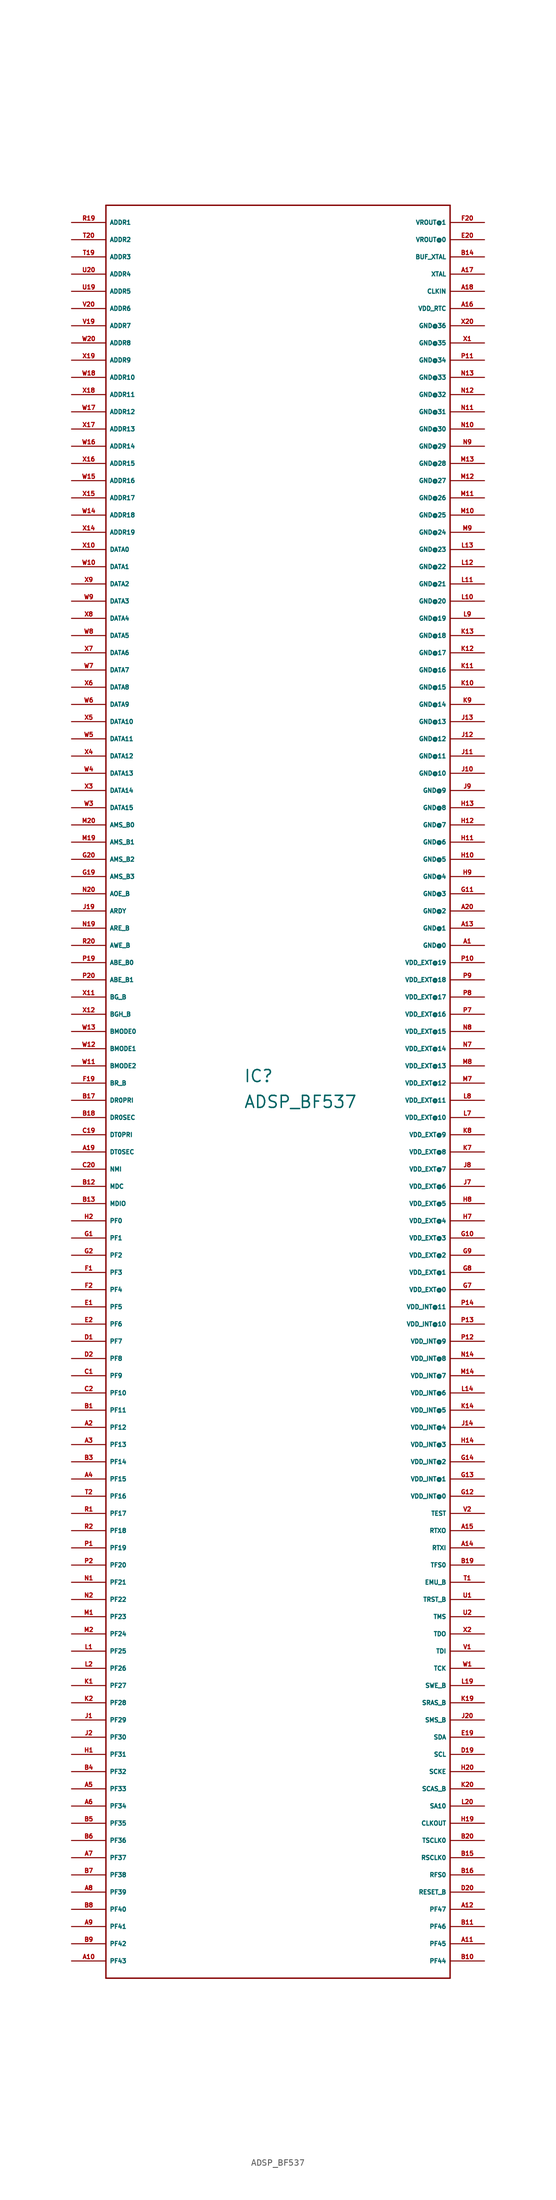
<source format=kicad_sym>
(kicad_symbol_lib
  (version 20220914)
  (generator Eagle2Kicad)
  (symbol "ADSP_BF537"
    (property "Reference" "IC"
      (at 25.4 132.08 0)
      (effects (font (size 1.778 1.778) (thickness 0.22)) (justify left bottom)))
    (property "Value" "ADSP_BF537"
      (at 25.4 128.27 0)
      (effects (font (size 1.778 1.778) (thickness 0.22)) (justify left bottom)))
    (polyline
      (pts (xy 5.08 0) (xy 55.88 0))
      (stroke (width 0.203) (type default))
      (fill (type none)))
    (polyline
      (pts (xy 55.88 0) (xy 55.88 261.62))
      (stroke (width 0.203) (type default))
      (fill (type none)))
    (polyline
      (pts (xy 55.88 261.62) (xy 5.08 261.62))
      (stroke (width 0.203) (type default))
      (fill (type none)))
    (polyline
      (pts (xy 5.08 261.62) (xy 5.08 0))
      (stroke (width 0.203) (type default))
      (fill (type none)))
    (pin output line
      (at 0 259.08 0)
      (length 5.08)
      (name "ADDR1" (effects (font (size 0.635 0.635) (thickness 0.08)) (justify left bottom)))
      (number "R19" (effects (font (size 0.635 0.635) (thickness 0.08)) (justify left bottom))))
    (pin output line
      (at 0 256.54 0)
      (length 5.08)
      (name "ADDR2" (effects (font (size 0.635 0.635) (thickness 0.08)) (justify left bottom)))
      (number "T20" (effects (font (size 0.635 0.635) (thickness 0.08)) (justify left bottom))))
    (pin output line
      (at 0 254 0)
      (length 5.08)
      (name "ADDR3" (effects (font (size 0.635 0.635) (thickness 0.08)) (justify left bottom)))
      (number "T19" (effects (font (size 0.635 0.635) (thickness 0.08)) (justify left bottom))))
    (pin output line
      (at 0 251.46 0)
      (length 5.08)
      (name "ADDR4" (effects (font (size 0.635 0.635) (thickness 0.08)) (justify left bottom)))
      (number "U20" (effects (font (size 0.635 0.635) (thickness 0.08)) (justify left bottom))))
    (pin output line
      (at 0 248.92 0)
      (length 5.08)
      (name "ADDR5" (effects (font (size 0.635 0.635) (thickness 0.08)) (justify left bottom)))
      (number "U19" (effects (font (size 0.635 0.635) (thickness 0.08)) (justify left bottom))))
    (pin output line
      (at 0 246.38 0)
      (length 5.08)
      (name "ADDR6" (effects (font (size 0.635 0.635) (thickness 0.08)) (justify left bottom)))
      (number "V20" (effects (font (size 0.635 0.635) (thickness 0.08)) (justify left bottom))))
    (pin output line
      (at 0 243.84 0)
      (length 5.08)
      (name "ADDR7" (effects (font (size 0.635 0.635) (thickness 0.08)) (justify left bottom)))
      (number "V19" (effects (font (size 0.635 0.635) (thickness 0.08)) (justify left bottom))))
    (pin output line
      (at 0 241.3 0)
      (length 5.08)
      (name "ADDR8" (effects (font (size 0.635 0.635) (thickness 0.08)) (justify left bottom)))
      (number "W20" (effects (font (size 0.635 0.635) (thickness 0.08)) (justify left bottom))))
    (pin output line
      (at 0 238.76 0)
      (length 5.08)
      (name "ADDR9" (effects (font (size 0.635 0.635) (thickness 0.08)) (justify left bottom)))
      (number "X19" (effects (font (size 0.635 0.635) (thickness 0.08)) (justify left bottom))))
    (pin output line
      (at 0 236.22 0)
      (length 5.08)
      (name "ADDR10" (effects (font (size 0.635 0.635) (thickness 0.08)) (justify left bottom)))
      (number "W18" (effects (font (size 0.635 0.635) (thickness 0.08)) (justify left bottom))))
    (pin output line
      (at 0 233.68 0)
      (length 5.08)
      (name "ADDR11" (effects (font (size 0.635 0.635) (thickness 0.08)) (justify left bottom)))
      (number "X18" (effects (font (size 0.635 0.635) (thickness 0.08)) (justify left bottom))))
    (pin output line
      (at 0 231.14 0)
      (length 5.08)
      (name "ADDR12" (effects (font (size 0.635 0.635) (thickness 0.08)) (justify left bottom)))
      (number "W17" (effects (font (size 0.635 0.635) (thickness 0.08)) (justify left bottom))))
    (pin output line
      (at 0 228.6 0)
      (length 5.08)
      (name "ADDR13" (effects (font (size 0.635 0.635) (thickness 0.08)) (justify left bottom)))
      (number "X17" (effects (font (size 0.635 0.635) (thickness 0.08)) (justify left bottom))))
    (pin output line
      (at 0 226.06 0)
      (length 5.08)
      (name "ADDR14" (effects (font (size 0.635 0.635) (thickness 0.08)) (justify left bottom)))
      (number "W16" (effects (font (size 0.635 0.635) (thickness 0.08)) (justify left bottom))))
    (pin output line
      (at 0 223.52 0)
      (length 5.08)
      (name "ADDR15" (effects (font (size 0.635 0.635) (thickness 0.08)) (justify left bottom)))
      (number "X16" (effects (font (size 0.635 0.635) (thickness 0.08)) (justify left bottom))))
    (pin output line
      (at 0 220.98 0)
      (length 5.08)
      (name "ADDR16" (effects (font (size 0.635 0.635) (thickness 0.08)) (justify left bottom)))
      (number "W15" (effects (font (size 0.635 0.635) (thickness 0.08)) (justify left bottom))))
    (pin output line
      (at 0 218.44 0)
      (length 5.08)
      (name "ADDR17" (effects (font (size 0.635 0.635) (thickness 0.08)) (justify left bottom)))
      (number "X15" (effects (font (size 0.635 0.635) (thickness 0.08)) (justify left bottom))))
    (pin output line
      (at 0 215.9 0)
      (length 5.08)
      (name "ADDR18" (effects (font (size 0.635 0.635) (thickness 0.08)) (justify left bottom)))
      (number "W14" (effects (font (size 0.635 0.635) (thickness 0.08)) (justify left bottom))))
    (pin output line
      (at 0 213.36 0)
      (length 5.08)
      (name "ADDR19" (effects (font (size 0.635 0.635) (thickness 0.08)) (justify left bottom)))
      (number "X14" (effects (font (size 0.635 0.635) (thickness 0.08)) (justify left bottom))))
    (pin bidirectional line
      (at 0 210.82 0)
      (length 5.08)
      (name "DATA0" (effects (font (size 0.635 0.635) (thickness 0.08)) (justify left bottom)))
      (number "X10" (effects (font (size 0.635 0.635) (thickness 0.08)) (justify left bottom))))
    (pin bidirectional line
      (at 0 208.28 0)
      (length 5.08)
      (name "DATA1" (effects (font (size 0.635 0.635) (thickness 0.08)) (justify left bottom)))
      (number "W10" (effects (font (size 0.635 0.635) (thickness 0.08)) (justify left bottom))))
    (pin bidirectional line
      (at 0 205.74 0)
      (length 5.08)
      (name "DATA2" (effects (font (size 0.635 0.635) (thickness 0.08)) (justify left bottom)))
      (number "X9" (effects (font (size 0.635 0.635) (thickness 0.08)) (justify left bottom))))
    (pin bidirectional line
      (at 0 203.2 0)
      (length 5.08)
      (name "DATA3" (effects (font (size 0.635 0.635) (thickness 0.08)) (justify left bottom)))
      (number "W9" (effects (font (size 0.635 0.635) (thickness 0.08)) (justify left bottom))))
    (pin bidirectional line
      (at 0 200.66 0)
      (length 5.08)
      (name "DATA4" (effects (font (size 0.635 0.635) (thickness 0.08)) (justify left bottom)))
      (number "X8" (effects (font (size 0.635 0.635) (thickness 0.08)) (justify left bottom))))
    (pin bidirectional line
      (at 0 198.12 0)
      (length 5.08)
      (name "DATA5" (effects (font (size 0.635 0.635) (thickness 0.08)) (justify left bottom)))
      (number "W8" (effects (font (size 0.635 0.635) (thickness 0.08)) (justify left bottom))))
    (pin bidirectional line
      (at 0 195.58 0)
      (length 5.08)
      (name "DATA6" (effects (font (size 0.635 0.635) (thickness 0.08)) (justify left bottom)))
      (number "X7" (effects (font (size 0.635 0.635) (thickness 0.08)) (justify left bottom))))
    (pin bidirectional line
      (at 0 193.04 0)
      (length 5.08)
      (name "DATA7" (effects (font (size 0.635 0.635) (thickness 0.08)) (justify left bottom)))
      (number "W7" (effects (font (size 0.635 0.635) (thickness 0.08)) (justify left bottom))))
    (pin bidirectional line
      (at 0 190.5 0)
      (length 5.08)
      (name "DATA8" (effects (font (size 0.635 0.635) (thickness 0.08)) (justify left bottom)))
      (number "X6" (effects (font (size 0.635 0.635) (thickness 0.08)) (justify left bottom))))
    (pin bidirectional line
      (at 0 187.96 0)
      (length 5.08)
      (name "DATA9" (effects (font (size 0.635 0.635) (thickness 0.08)) (justify left bottom)))
      (number "W6" (effects (font (size 0.635 0.635) (thickness 0.08)) (justify left bottom))))
    (pin bidirectional line
      (at 0 185.42 0)
      (length 5.08)
      (name "DATA10" (effects (font (size 0.635 0.635) (thickness 0.08)) (justify left bottom)))
      (number "X5" (effects (font (size 0.635 0.635) (thickness 0.08)) (justify left bottom))))
    (pin bidirectional line
      (at 0 182.88 0)
      (length 5.08)
      (name "DATA11" (effects (font (size 0.635 0.635) (thickness 0.08)) (justify left bottom)))
      (number "W5" (effects (font (size 0.635 0.635) (thickness 0.08)) (justify left bottom))))
    (pin bidirectional line
      (at 0 180.34 0)
      (length 5.08)
      (name "DATA12" (effects (font (size 0.635 0.635) (thickness 0.08)) (justify left bottom)))
      (number "X4" (effects (font (size 0.635 0.635) (thickness 0.08)) (justify left bottom))))
    (pin bidirectional line
      (at 0 177.8 0)
      (length 5.08)
      (name "DATA13" (effects (font (size 0.635 0.635) (thickness 0.08)) (justify left bottom)))
      (number "W4" (effects (font (size 0.635 0.635) (thickness 0.08)) (justify left bottom))))
    (pin bidirectional line
      (at 0 175.26 0)
      (length 5.08)
      (name "DATA14" (effects (font (size 0.635 0.635) (thickness 0.08)) (justify left bottom)))
      (number "X3" (effects (font (size 0.635 0.635) (thickness 0.08)) (justify left bottom))))
    (pin bidirectional line
      (at 0 172.72 0)
      (length 5.08)
      (name "DATA15" (effects (font (size 0.635 0.635) (thickness 0.08)) (justify left bottom)))
      (number "W3" (effects (font (size 0.635 0.635) (thickness 0.08)) (justify left bottom))))
    (pin output line
      (at 0 170.18 0)
      (length 5.08)
      (name "AMS_B0" (effects (font (size 0.635 0.635) (thickness 0.08)) (justify left bottom)))
      (number "M20" (effects (font (size 0.635 0.635) (thickness 0.08)) (justify left bottom))))
    (pin output line
      (at 0 167.64 0)
      (length 5.08)
      (name "AMS_B1" (effects (font (size 0.635 0.635) (thickness 0.08)) (justify left bottom)))
      (number "M19" (effects (font (size 0.635 0.635) (thickness 0.08)) (justify left bottom))))
    (pin output line
      (at 0 165.1 0)
      (length 5.08)
      (name "AMS_B2" (effects (font (size 0.635 0.635) (thickness 0.08)) (justify left bottom)))
      (number "G20" (effects (font (size 0.635 0.635) (thickness 0.08)) (justify left bottom))))
    (pin output line
      (at 0 162.56 0)
      (length 5.08)
      (name "AMS_B3" (effects (font (size 0.635 0.635) (thickness 0.08)) (justify left bottom)))
      (number "G19" (effects (font (size 0.635 0.635) (thickness 0.08)) (justify left bottom))))
    (pin output line
      (at 0 160.02 0)
      (length 5.08)
      (name "AOE_B" (effects (font (size 0.635 0.635) (thickness 0.08)) (justify left bottom)))
      (number "N20" (effects (font (size 0.635 0.635) (thickness 0.08)) (justify left bottom))))
    (pin input line
      (at 0 157.48 0)
      (length 5.08)
      (name "ARDY" (effects (font (size 0.635 0.635) (thickness 0.08)) (justify left bottom)))
      (number "J19" (effects (font (size 0.635 0.635) (thickness 0.08)) (justify left bottom))))
    (pin output line
      (at 0 154.94 0)
      (length 5.08)
      (name "ARE_B" (effects (font (size 0.635 0.635) (thickness 0.08)) (justify left bottom)))
      (number "N19" (effects (font (size 0.635 0.635) (thickness 0.08)) (justify left bottom))))
    (pin output line
      (at 0 152.4 0)
      (length 5.08)
      (name "AWE_B" (effects (font (size 0.635 0.635) (thickness 0.08)) (justify left bottom)))
      (number "R20" (effects (font (size 0.635 0.635) (thickness 0.08)) (justify left bottom))))
    (pin output line
      (at 0 149.86 0)
      (length 5.08)
      (name "ABE_B0" (effects (font (size 0.635 0.635) (thickness 0.08)) (justify left bottom)))
      (number "P19" (effects (font (size 0.635 0.635) (thickness 0.08)) (justify left bottom))))
    (pin output line
      (at 0 147.32 0)
      (length 5.08)
      (name "ABE_B1" (effects (font (size 0.635 0.635) (thickness 0.08)) (justify left bottom)))
      (number "P20" (effects (font (size 0.635 0.635) (thickness 0.08)) (justify left bottom))))
    (pin tri_state line
      (at 0 144.78 0)
      (length 5.08)
      (name "BG_B" (effects (font (size 0.635 0.635) (thickness 0.08)) (justify left bottom)))
      (number "X11" (effects (font (size 0.635 0.635) (thickness 0.08)) (justify left bottom))))
    (pin tri_state line
      (at 0 142.24 0)
      (length 5.08)
      (name "BGH_B" (effects (font (size 0.635 0.635) (thickness 0.08)) (justify left bottom)))
      (number "X12" (effects (font (size 0.635 0.635) (thickness 0.08)) (justify left bottom))))
    (pin input line
      (at 0 139.7 0)
      (length 5.08)
      (name "BMODE0" (effects (font (size 0.635 0.635) (thickness 0.08)) (justify left bottom)))
      (number "W13" (effects (font (size 0.635 0.635) (thickness 0.08)) (justify left bottom))))
    (pin input line
      (at 0 137.16 0)
      (length 5.08)
      (name "BMODE1" (effects (font (size 0.635 0.635) (thickness 0.08)) (justify left bottom)))
      (number "W12" (effects (font (size 0.635 0.635) (thickness 0.08)) (justify left bottom))))
    (pin input line
      (at 0 134.62 0)
      (length 5.08)
      (name "BMODE2" (effects (font (size 0.635 0.635) (thickness 0.08)) (justify left bottom)))
      (number "W11" (effects (font (size 0.635 0.635) (thickness 0.08)) (justify left bottom))))
    (pin input line
      (at 0 132.08 0)
      (length 5.08)
      (name "BR_B" (effects (font (size 0.635 0.635) (thickness 0.08)) (justify left bottom)))
      (number "F19" (effects (font (size 0.635 0.635) (thickness 0.08)) (justify left bottom))))
    (pin bidirectional line
      (at 0 129.54 0)
      (length 5.08)
      (name "DR0PRI" (effects (font (size 0.635 0.635) (thickness 0.08)) (justify left bottom)))
      (number "B17" (effects (font (size 0.635 0.635) (thickness 0.08)) (justify left bottom))))
    (pin bidirectional line
      (at 0 127 0)
      (length 5.08)
      (name "DR0SEC" (effects (font (size 0.635 0.635) (thickness 0.08)) (justify left bottom)))
      (number "B18" (effects (font (size 0.635 0.635) (thickness 0.08)) (justify left bottom))))
    (pin bidirectional line
      (at 0 124.46 0)
      (length 5.08)
      (name "DT0PRI" (effects (font (size 0.635 0.635) (thickness 0.08)) (justify left bottom)))
      (number "C19" (effects (font (size 0.635 0.635) (thickness 0.08)) (justify left bottom))))
    (pin bidirectional line
      (at 0 121.92 0)
      (length 5.08)
      (name "DT0SEC" (effects (font (size 0.635 0.635) (thickness 0.08)) (justify left bottom)))
      (number "A19" (effects (font (size 0.635 0.635) (thickness 0.08)) (justify left bottom))))
    (pin input line
      (at 0 119.38 0)
      (length 5.08)
      (name "NMI" (effects (font (size 0.635 0.635) (thickness 0.08)) (justify left bottom)))
      (number "C20" (effects (font (size 0.635 0.635) (thickness 0.08)) (justify left bottom))))
    (pin bidirectional line
      (at 0 116.84 0)
      (length 5.08)
      (name "MDC" (effects (font (size 0.635 0.635) (thickness 0.08)) (justify left bottom)))
      (number "B12" (effects (font (size 0.635 0.635) (thickness 0.08)) (justify left bottom))))
    (pin bidirectional line
      (at 0 114.3 0)
      (length 5.08)
      (name "MDIO" (effects (font (size 0.635 0.635) (thickness 0.08)) (justify left bottom)))
      (number "B13" (effects (font (size 0.635 0.635) (thickness 0.08)) (justify left bottom))))
    (pin bidirectional line
      (at 0 111.76 0)
      (length 5.08)
      (name "PF0" (effects (font (size 0.635 0.635) (thickness 0.08)) (justify left bottom)))
      (number "H2" (effects (font (size 0.635 0.635) (thickness 0.08)) (justify left bottom))))
    (pin bidirectional line
      (at 0 109.22 0)
      (length 5.08)
      (name "PF1" (effects (font (size 0.635 0.635) (thickness 0.08)) (justify left bottom)))
      (number "G1" (effects (font (size 0.635 0.635) (thickness 0.08)) (justify left bottom))))
    (pin bidirectional line
      (at 0 106.68 0)
      (length 5.08)
      (name "PF2" (effects (font (size 0.635 0.635) (thickness 0.08)) (justify left bottom)))
      (number "G2" (effects (font (size 0.635 0.635) (thickness 0.08)) (justify left bottom))))
    (pin bidirectional line
      (at 0 104.14 0)
      (length 5.08)
      (name "PF3" (effects (font (size 0.635 0.635) (thickness 0.08)) (justify left bottom)))
      (number "F1" (effects (font (size 0.635 0.635) (thickness 0.08)) (justify left bottom))))
    (pin bidirectional line
      (at 0 101.6 0)
      (length 5.08)
      (name "PF4" (effects (font (size 0.635 0.635) (thickness 0.08)) (justify left bottom)))
      (number "F2" (effects (font (size 0.635 0.635) (thickness 0.08)) (justify left bottom))))
    (pin bidirectional line
      (at 0 99.06 0)
      (length 5.08)
      (name "PF5" (effects (font (size 0.635 0.635) (thickness 0.08)) (justify left bottom)))
      (number "E1" (effects (font (size 0.635 0.635) (thickness 0.08)) (justify left bottom))))
    (pin bidirectional line
      (at 0 96.52 0)
      (length 5.08)
      (name "PF6" (effects (font (size 0.635 0.635) (thickness 0.08)) (justify left bottom)))
      (number "E2" (effects (font (size 0.635 0.635) (thickness 0.08)) (justify left bottom))))
    (pin bidirectional line
      (at 0 93.98 0)
      (length 5.08)
      (name "PF7" (effects (font (size 0.635 0.635) (thickness 0.08)) (justify left bottom)))
      (number "D1" (effects (font (size 0.635 0.635) (thickness 0.08)) (justify left bottom))))
    (pin bidirectional line
      (at 0 91.44 0)
      (length 5.08)
      (name "PF8" (effects (font (size 0.635 0.635) (thickness 0.08)) (justify left bottom)))
      (number "D2" (effects (font (size 0.635 0.635) (thickness 0.08)) (justify left bottom))))
    (pin bidirectional line
      (at 0 88.9 0)
      (length 5.08)
      (name "PF9" (effects (font (size 0.635 0.635) (thickness 0.08)) (justify left bottom)))
      (number "C1" (effects (font (size 0.635 0.635) (thickness 0.08)) (justify left bottom))))
    (pin bidirectional line
      (at 0 86.36 0)
      (length 5.08)
      (name "PF10" (effects (font (size 0.635 0.635) (thickness 0.08)) (justify left bottom)))
      (number "C2" (effects (font (size 0.635 0.635) (thickness 0.08)) (justify left bottom))))
    (pin bidirectional line
      (at 0 83.82 0)
      (length 5.08)
      (name "PF11" (effects (font (size 0.635 0.635) (thickness 0.08)) (justify left bottom)))
      (number "B1" (effects (font (size 0.635 0.635) (thickness 0.08)) (justify left bottom))))
    (pin bidirectional line
      (at 0 81.28 0)
      (length 5.08)
      (name "PF12" (effects (font (size 0.635 0.635) (thickness 0.08)) (justify left bottom)))
      (number "A2" (effects (font (size 0.635 0.635) (thickness 0.08)) (justify left bottom))))
    (pin bidirectional line
      (at 0 78.74 0)
      (length 5.08)
      (name "PF13" (effects (font (size 0.635 0.635) (thickness 0.08)) (justify left bottom)))
      (number "A3" (effects (font (size 0.635 0.635) (thickness 0.08)) (justify left bottom))))
    (pin bidirectional line
      (at 0 76.2 0)
      (length 5.08)
      (name "PF14" (effects (font (size 0.635 0.635) (thickness 0.08)) (justify left bottom)))
      (number "B3" (effects (font (size 0.635 0.635) (thickness 0.08)) (justify left bottom))))
    (pin bidirectional line
      (at 0 73.66 0)
      (length 5.08)
      (name "PF15" (effects (font (size 0.635 0.635) (thickness 0.08)) (justify left bottom)))
      (number "A4" (effects (font (size 0.635 0.635) (thickness 0.08)) (justify left bottom))))
    (pin bidirectional line
      (at 0 71.12 0)
      (length 5.08)
      (name "PF16" (effects (font (size 0.635 0.635) (thickness 0.08)) (justify left bottom)))
      (number "T2" (effects (font (size 0.635 0.635) (thickness 0.08)) (justify left bottom))))
    (pin bidirectional line
      (at 0 68.58 0)
      (length 5.08)
      (name "PF17" (effects (font (size 0.635 0.635) (thickness 0.08)) (justify left bottom)))
      (number "R1" (effects (font (size 0.635 0.635) (thickness 0.08)) (justify left bottom))))
    (pin bidirectional line
      (at 0 66.04 0)
      (length 5.08)
      (name "PF18" (effects (font (size 0.635 0.635) (thickness 0.08)) (justify left bottom)))
      (number "R2" (effects (font (size 0.635 0.635) (thickness 0.08)) (justify left bottom))))
    (pin bidirectional line
      (at 0 63.5 0)
      (length 5.08)
      (name "PF19" (effects (font (size 0.635 0.635) (thickness 0.08)) (justify left bottom)))
      (number "P1" (effects (font (size 0.635 0.635) (thickness 0.08)) (justify left bottom))))
    (pin bidirectional line
      (at 0 60.96 0)
      (length 5.08)
      (name "PF20" (effects (font (size 0.635 0.635) (thickness 0.08)) (justify left bottom)))
      (number "P2" (effects (font (size 0.635 0.635) (thickness 0.08)) (justify left bottom))))
    (pin bidirectional line
      (at 0 58.42 0)
      (length 5.08)
      (name "PF21" (effects (font (size 0.635 0.635) (thickness 0.08)) (justify left bottom)))
      (number "N1" (effects (font (size 0.635 0.635) (thickness 0.08)) (justify left bottom))))
    (pin bidirectional line
      (at 0 55.88 0)
      (length 5.08)
      (name "PF22" (effects (font (size 0.635 0.635) (thickness 0.08)) (justify left bottom)))
      (number "N2" (effects (font (size 0.635 0.635) (thickness 0.08)) (justify left bottom))))
    (pin bidirectional line
      (at 0 53.34 0)
      (length 5.08)
      (name "PF23" (effects (font (size 0.635 0.635) (thickness 0.08)) (justify left bottom)))
      (number "M1" (effects (font (size 0.635 0.635) (thickness 0.08)) (justify left bottom))))
    (pin bidirectional line
      (at 0 50.8 0)
      (length 5.08)
      (name "PF24" (effects (font (size 0.635 0.635) (thickness 0.08)) (justify left bottom)))
      (number "M2" (effects (font (size 0.635 0.635) (thickness 0.08)) (justify left bottom))))
    (pin bidirectional line
      (at 0 48.26 0)
      (length 5.08)
      (name "PF25" (effects (font (size 0.635 0.635) (thickness 0.08)) (justify left bottom)))
      (number "L1" (effects (font (size 0.635 0.635) (thickness 0.08)) (justify left bottom))))
    (pin bidirectional line
      (at 0 45.72 0)
      (length 5.08)
      (name "PF26" (effects (font (size 0.635 0.635) (thickness 0.08)) (justify left bottom)))
      (number "L2" (effects (font (size 0.635 0.635) (thickness 0.08)) (justify left bottom))))
    (pin bidirectional line
      (at 0 43.18 0)
      (length 5.08)
      (name "PF27" (effects (font (size 0.635 0.635) (thickness 0.08)) (justify left bottom)))
      (number "K1" (effects (font (size 0.635 0.635) (thickness 0.08)) (justify left bottom))))
    (pin bidirectional line
      (at 0 40.64 0)
      (length 5.08)
      (name "PF28" (effects (font (size 0.635 0.635) (thickness 0.08)) (justify left bottom)))
      (number "K2" (effects (font (size 0.635 0.635) (thickness 0.08)) (justify left bottom))))
    (pin bidirectional line
      (at 0 38.1 0)
      (length 5.08)
      (name "PF29" (effects (font (size 0.635 0.635) (thickness 0.08)) (justify left bottom)))
      (number "J1" (effects (font (size 0.635 0.635) (thickness 0.08)) (justify left bottom))))
    (pin bidirectional line
      (at 0 35.56 0)
      (length 5.08)
      (name "PF30" (effects (font (size 0.635 0.635) (thickness 0.08)) (justify left bottom)))
      (number "J2" (effects (font (size 0.635 0.635) (thickness 0.08)) (justify left bottom))))
    (pin bidirectional line
      (at 0 33.02 0)
      (length 5.08)
      (name "PF31" (effects (font (size 0.635 0.635) (thickness 0.08)) (justify left bottom)))
      (number "H1" (effects (font (size 0.635 0.635) (thickness 0.08)) (justify left bottom))))
    (pin bidirectional line
      (at 0 30.48 0)
      (length 5.08)
      (name "PF32" (effects (font (size 0.635 0.635) (thickness 0.08)) (justify left bottom)))
      (number "B4" (effects (font (size 0.635 0.635) (thickness 0.08)) (justify left bottom))))
    (pin bidirectional line
      (at 0 27.94 0)
      (length 5.08)
      (name "PF33" (effects (font (size 0.635 0.635) (thickness 0.08)) (justify left bottom)))
      (number "A5" (effects (font (size 0.635 0.635) (thickness 0.08)) (justify left bottom))))
    (pin bidirectional line
      (at 0 25.4 0)
      (length 5.08)
      (name "PF34" (effects (font (size 0.635 0.635) (thickness 0.08)) (justify left bottom)))
      (number "A6" (effects (font (size 0.635 0.635) (thickness 0.08)) (justify left bottom))))
    (pin bidirectional line
      (at 0 22.86 0)
      (length 5.08)
      (name "PF35" (effects (font (size 0.635 0.635) (thickness 0.08)) (justify left bottom)))
      (number "B5" (effects (font (size 0.635 0.635) (thickness 0.08)) (justify left bottom))))
    (pin bidirectional line
      (at 0 20.32 0)
      (length 5.08)
      (name "PF36" (effects (font (size 0.635 0.635) (thickness 0.08)) (justify left bottom)))
      (number "B6" (effects (font (size 0.635 0.635) (thickness 0.08)) (justify left bottom))))
    (pin bidirectional line
      (at 0 17.78 0)
      (length 5.08)
      (name "PF37" (effects (font (size 0.635 0.635) (thickness 0.08)) (justify left bottom)))
      (number "A7" (effects (font (size 0.635 0.635) (thickness 0.08)) (justify left bottom))))
    (pin bidirectional line
      (at 0 15.24 0)
      (length 5.08)
      (name "PF38" (effects (font (size 0.635 0.635) (thickness 0.08)) (justify left bottom)))
      (number "B7" (effects (font (size 0.635 0.635) (thickness 0.08)) (justify left bottom))))
    (pin bidirectional line
      (at 0 12.7 0)
      (length 5.08)
      (name "PF39" (effects (font (size 0.635 0.635) (thickness 0.08)) (justify left bottom)))
      (number "A8" (effects (font (size 0.635 0.635) (thickness 0.08)) (justify left bottom))))
    (pin bidirectional line
      (at 0 10.16 0)
      (length 5.08)
      (name "PF40" (effects (font (size 0.635 0.635) (thickness 0.08)) (justify left bottom)))
      (number "B8" (effects (font (size 0.635 0.635) (thickness 0.08)) (justify left bottom))))
    (pin bidirectional line
      (at 0 7.62 0)
      (length 5.08)
      (name "PF41" (effects (font (size 0.635 0.635) (thickness 0.08)) (justify left bottom)))
      (number "A9" (effects (font (size 0.635 0.635) (thickness 0.08)) (justify left bottom))))
    (pin bidirectional line
      (at 0 5.08 0)
      (length 5.08)
      (name "PF42" (effects (font (size 0.635 0.635) (thickness 0.08)) (justify left bottom)))
      (number "B9" (effects (font (size 0.635 0.635) (thickness 0.08)) (justify left bottom))))
    (pin bidirectional line
      (at 0 2.54 0)
      (length 5.08)
      (name "PF43" (effects (font (size 0.635 0.635) (thickness 0.08)) (justify left bottom)))
      (number "A10" (effects (font (size 0.635 0.635) (thickness 0.08)) (justify left bottom))))
    (pin bidirectional line
      (at 60.96 2.54 180)
      (length 5.08)
      (name "PF44" (effects (font (size 0.635 0.635) (thickness 0.08)) (justify left bottom)))
      (number "B10" (effects (font (size 0.635 0.635) (thickness 0.08)) (justify left bottom))))
    (pin bidirectional line
      (at 60.96 5.08 180)
      (length 5.08)
      (name "PF45" (effects (font (size 0.635 0.635) (thickness 0.08)) (justify left bottom)))
      (number "A11" (effects (font (size 0.635 0.635) (thickness 0.08)) (justify left bottom))))
    (pin bidirectional line
      (at 60.96 7.62 180)
      (length 5.08)
      (name "PF46" (effects (font (size 0.635 0.635) (thickness 0.08)) (justify left bottom)))
      (number "B11" (effects (font (size 0.635 0.635) (thickness 0.08)) (justify left bottom))))
    (pin bidirectional line
      (at 60.96 10.16 180)
      (length 5.08)
      (name "PF47" (effects (font (size 0.635 0.635) (thickness 0.08)) (justify left bottom)))
      (number "A12" (effects (font (size 0.635 0.635) (thickness 0.08)) (justify left bottom))))
    (pin input line
      (at 60.96 12.7 180)
      (length 5.08)
      (name "RESET_B" (effects (font (size 0.635 0.635) (thickness 0.08)) (justify left bottom)))
      (number "D20" (effects (font (size 0.635 0.635) (thickness 0.08)) (justify left bottom))))
    (pin bidirectional line
      (at 60.96 15.24 180)
      (length 5.08)
      (name "RFS0" (effects (font (size 0.635 0.635) (thickness 0.08)) (justify left bottom)))
      (number "B16" (effects (font (size 0.635 0.635) (thickness 0.08)) (justify left bottom))))
    (pin bidirectional line
      (at 60.96 17.78 180)
      (length 5.08)
      (name "RSCLK0" (effects (font (size 0.635 0.635) (thickness 0.08)) (justify left bottom)))
      (number "B15" (effects (font (size 0.635 0.635) (thickness 0.08)) (justify left bottom))))
    (pin bidirectional line
      (at 60.96 20.32 180)
      (length 5.08)
      (name "TSCLK0" (effects (font (size 0.635 0.635) (thickness 0.08)) (justify left bottom)))
      (number "B20" (effects (font (size 0.635 0.635) (thickness 0.08)) (justify left bottom))))
    (pin output line
      (at 60.96 22.86 180)
      (length 5.08)
      (name "CLKOUT" (effects (font (size 0.635 0.635) (thickness 0.08)) (justify left bottom)))
      (number "H19" (effects (font (size 0.635 0.635) (thickness 0.08)) (justify left bottom))))
    (pin output line
      (at 60.96 25.4 180)
      (length 5.08)
      (name "SA10" (effects (font (size 0.635 0.635) (thickness 0.08)) (justify left bottom)))
      (number "L20" (effects (font (size 0.635 0.635) (thickness 0.08)) (justify left bottom))))
    (pin output line
      (at 60.96 27.94 180)
      (length 5.08)
      (name "SCAS_B" (effects (font (size 0.635 0.635) (thickness 0.08)) (justify left bottom)))
      (number "K20" (effects (font (size 0.635 0.635) (thickness 0.08)) (justify left bottom))))
    (pin output line
      (at 60.96 30.48 180)
      (length 5.08)
      (name "SCKE" (effects (font (size 0.635 0.635) (thickness 0.08)) (justify left bottom)))
      (number "H20" (effects (font (size 0.635 0.635) (thickness 0.08)) (justify left bottom))))
    (pin bidirectional line
      (at 60.96 33.02 180)
      (length 5.08)
      (name "SCL" (effects (font (size 0.635 0.635) (thickness 0.08)) (justify left bottom)))
      (number "D19" (effects (font (size 0.635 0.635) (thickness 0.08)) (justify left bottom))))
    (pin bidirectional line
      (at 60.96 35.56 180)
      (length 5.08)
      (name "SDA" (effects (font (size 0.635 0.635) (thickness 0.08)) (justify left bottom)))
      (number "E19" (effects (font (size 0.635 0.635) (thickness 0.08)) (justify left bottom))))
    (pin output line
      (at 60.96 38.1 180)
      (length 5.08)
      (name "SMS_B" (effects (font (size 0.635 0.635) (thickness 0.08)) (justify left bottom)))
      (number "J20" (effects (font (size 0.635 0.635) (thickness 0.08)) (justify left bottom))))
    (pin output line
      (at 60.96 40.64 180)
      (length 5.08)
      (name "SRAS_B" (effects (font (size 0.635 0.635) (thickness 0.08)) (justify left bottom)))
      (number "K19" (effects (font (size 0.635 0.635) (thickness 0.08)) (justify left bottom))))
    (pin output line
      (at 60.96 43.18 180)
      (length 5.08)
      (name "SWE_B" (effects (font (size 0.635 0.635) (thickness 0.08)) (justify left bottom)))
      (number "L19" (effects (font (size 0.635 0.635) (thickness 0.08)) (justify left bottom))))
    (pin input line
      (at 60.96 45.72 180)
      (length 5.08)
      (name "TCK" (effects (font (size 0.635 0.635) (thickness 0.08)) (justify left bottom)))
      (number "W1" (effects (font (size 0.635 0.635) (thickness 0.08)) (justify left bottom))))
    (pin input line
      (at 60.96 48.26 180)
      (length 5.08)
      (name "TDI" (effects (font (size 0.635 0.635) (thickness 0.08)) (justify left bottom)))
      (number "V1" (effects (font (size 0.635 0.635) (thickness 0.08)) (justify left bottom))))
    (pin output line
      (at 60.96 50.8 180)
      (length 5.08)
      (name "TDO" (effects (font (size 0.635 0.635) (thickness 0.08)) (justify left bottom)))
      (number "X2" (effects (font (size 0.635 0.635) (thickness 0.08)) (justify left bottom))))
    (pin input line
      (at 60.96 53.34 180)
      (length 5.08)
      (name "TMS" (effects (font (size 0.635 0.635) (thickness 0.08)) (justify left bottom)))
      (number "U2" (effects (font (size 0.635 0.635) (thickness 0.08)) (justify left bottom))))
    (pin input line
      (at 60.96 55.88 180)
      (length 5.08)
      (name "TRST_B" (effects (font (size 0.635 0.635) (thickness 0.08)) (justify left bottom)))
      (number "U1" (effects (font (size 0.635 0.635) (thickness 0.08)) (justify left bottom))))
    (pin unspecified line
      (at 60.96 58.42 180)
      (length 5.08)
      (name "EMU_B" (effects (font (size 0.635 0.635) (thickness 0.08)) (justify left bottom)))
      (number "T1" (effects (font (size 0.635 0.635) (thickness 0.08)) (justify left bottom))))
    (pin bidirectional line
      (at 60.96 60.96 180)
      (length 5.08)
      (name "TFS0" (effects (font (size 0.635 0.635) (thickness 0.08)) (justify left bottom)))
      (number "B19" (effects (font (size 0.635 0.635) (thickness 0.08)) (justify left bottom))))
    (pin unspecified line
      (at 60.96 63.5 180)
      (length 5.08)
      (name "RTXI" (effects (font (size 0.635 0.635) (thickness 0.08)) (justify left bottom)))
      (number "A14" (effects (font (size 0.635 0.635) (thickness 0.08)) (justify left bottom))))
    (pin unspecified line
      (at 60.96 66.04 180)
      (length 5.08)
      (name "RTXO" (effects (font (size 0.635 0.635) (thickness 0.08)) (justify left bottom)))
      (number "A15" (effects (font (size 0.635 0.635) (thickness 0.08)) (justify left bottom))))
    (pin input line
      (at 60.96 68.58 180)
      (length 5.08)
      (name "TEST" (effects (font (size 0.635 0.635) (thickness 0.08)) (justify left bottom)))
      (number "V2" (effects (font (size 0.635 0.635) (thickness 0.08)) (justify left bottom))))
    (pin unspecified line
      (at 60.96 71.12 180)
      (length 5.08)
      (name "VDD_INT@0" (effects (font (size 0.635 0.635) (thickness 0.08)) (justify left bottom)))
      (number "G12" (effects (font (size 0.635 0.635) (thickness 0.08)) (justify left bottom))))
    (pin unspecified line
      (at 60.96 73.66 180)
      (length 5.08)
      (name "VDD_INT@1" (effects (font (size 0.635 0.635) (thickness 0.08)) (justify left bottom)))
      (number "G13" (effects (font (size 0.635 0.635) (thickness 0.08)) (justify left bottom))))
    (pin unspecified line
      (at 60.96 76.2 180)
      (length 5.08)
      (name "VDD_INT@2" (effects (font (size 0.635 0.635) (thickness 0.08)) (justify left bottom)))
      (number "G14" (effects (font (size 0.635 0.635) (thickness 0.08)) (justify left bottom))))
    (pin unspecified line
      (at 60.96 78.74 180)
      (length 5.08)
      (name "VDD_INT@3" (effects (font (size 0.635 0.635) (thickness 0.08)) (justify left bottom)))
      (number "H14" (effects (font (size 0.635 0.635) (thickness 0.08)) (justify left bottom))))
    (pin unspecified line
      (at 60.96 81.28 180)
      (length 5.08)
      (name "VDD_INT@4" (effects (font (size 0.635 0.635) (thickness 0.08)) (justify left bottom)))
      (number "J14" (effects (font (size 0.635 0.635) (thickness 0.08)) (justify left bottom))))
    (pin unspecified line
      (at 60.96 83.82 180)
      (length 5.08)
      (name "VDD_INT@5" (effects (font (size 0.635 0.635) (thickness 0.08)) (justify left bottom)))
      (number "K14" (effects (font (size 0.635 0.635) (thickness 0.08)) (justify left bottom))))
    (pin unspecified line
      (at 60.96 86.36 180)
      (length 5.08)
      (name "VDD_INT@6" (effects (font (size 0.635 0.635) (thickness 0.08)) (justify left bottom)))
      (number "L14" (effects (font (size 0.635 0.635) (thickness 0.08)) (justify left bottom))))
    (pin unspecified line
      (at 60.96 88.9 180)
      (length 5.08)
      (name "VDD_INT@7" (effects (font (size 0.635 0.635) (thickness 0.08)) (justify left bottom)))
      (number "M14" (effects (font (size 0.635 0.635) (thickness 0.08)) (justify left bottom))))
    (pin unspecified line
      (at 60.96 91.44 180)
      (length 5.08)
      (name "VDD_INT@8" (effects (font (size 0.635 0.635) (thickness 0.08)) (justify left bottom)))
      (number "N14" (effects (font (size 0.635 0.635) (thickness 0.08)) (justify left bottom))))
    (pin unspecified line
      (at 60.96 93.98 180)
      (length 5.08)
      (name "VDD_INT@9" (effects (font (size 0.635 0.635) (thickness 0.08)) (justify left bottom)))
      (number "P12" (effects (font (size 0.635 0.635) (thickness 0.08)) (justify left bottom))))
    (pin unspecified line
      (at 60.96 96.52 180)
      (length 5.08)
      (name "VDD_INT@10" (effects (font (size 0.635 0.635) (thickness 0.08)) (justify left bottom)))
      (number "P13" (effects (font (size 0.635 0.635) (thickness 0.08)) (justify left bottom))))
    (pin unspecified line
      (at 60.96 99.06 180)
      (length 5.08)
      (name "VDD_INT@11" (effects (font (size 0.635 0.635) (thickness 0.08)) (justify left bottom)))
      (number "P14" (effects (font (size 0.635 0.635) (thickness 0.08)) (justify left bottom))))
    (pin unspecified line
      (at 60.96 101.6 180)
      (length 5.08)
      (name "VDD_EXT@0" (effects (font (size 0.635 0.635) (thickness 0.08)) (justify left bottom)))
      (number "G7" (effects (font (size 0.635 0.635) (thickness 0.08)) (justify left bottom))))
    (pin unspecified line
      (at 60.96 104.14 180)
      (length 5.08)
      (name "VDD_EXT@1" (effects (font (size 0.635 0.635) (thickness 0.08)) (justify left bottom)))
      (number "G8" (effects (font (size 0.635 0.635) (thickness 0.08)) (justify left bottom))))
    (pin unspecified line
      (at 60.96 106.68 180)
      (length 5.08)
      (name "VDD_EXT@2" (effects (font (size 0.635 0.635) (thickness 0.08)) (justify left bottom)))
      (number "G9" (effects (font (size 0.635 0.635) (thickness 0.08)) (justify left bottom))))
    (pin unspecified line
      (at 60.96 109.22 180)
      (length 5.08)
      (name "VDD_EXT@3" (effects (font (size 0.635 0.635) (thickness 0.08)) (justify left bottom)))
      (number "G10" (effects (font (size 0.635 0.635) (thickness 0.08)) (justify left bottom))))
    (pin unspecified line
      (at 60.96 111.76 180)
      (length 5.08)
      (name "VDD_EXT@4" (effects (font (size 0.635 0.635) (thickness 0.08)) (justify left bottom)))
      (number "H7" (effects (font (size 0.635 0.635) (thickness 0.08)) (justify left bottom))))
    (pin unspecified line
      (at 60.96 114.3 180)
      (length 5.08)
      (name "VDD_EXT@5" (effects (font (size 0.635 0.635) (thickness 0.08)) (justify left bottom)))
      (number "H8" (effects (font (size 0.635 0.635) (thickness 0.08)) (justify left bottom))))
    (pin unspecified line
      (at 60.96 116.84 180)
      (length 5.08)
      (name "VDD_EXT@6" (effects (font (size 0.635 0.635) (thickness 0.08)) (justify left bottom)))
      (number "J7" (effects (font (size 0.635 0.635) (thickness 0.08)) (justify left bottom))))
    (pin unspecified line
      (at 60.96 119.38 180)
      (length 5.08)
      (name "VDD_EXT@7" (effects (font (size 0.635 0.635) (thickness 0.08)) (justify left bottom)))
      (number "J8" (effects (font (size 0.635 0.635) (thickness 0.08)) (justify left bottom))))
    (pin unspecified line
      (at 60.96 121.92 180)
      (length 5.08)
      (name "VDD_EXT@8" (effects (font (size 0.635 0.635) (thickness 0.08)) (justify left bottom)))
      (number "K7" (effects (font (size 0.635 0.635) (thickness 0.08)) (justify left bottom))))
    (pin unspecified line
      (at 60.96 124.46 180)
      (length 5.08)
      (name "VDD_EXT@9" (effects (font (size 0.635 0.635) (thickness 0.08)) (justify left bottom)))
      (number "K8" (effects (font (size 0.635 0.635) (thickness 0.08)) (justify left bottom))))
    (pin unspecified line
      (at 60.96 127 180)
      (length 5.08)
      (name "VDD_EXT@10" (effects (font (size 0.635 0.635) (thickness 0.08)) (justify left bottom)))
      (number "L7" (effects (font (size 0.635 0.635) (thickness 0.08)) (justify left bottom))))
    (pin unspecified line
      (at 60.96 129.54 180)
      (length 5.08)
      (name "VDD_EXT@11" (effects (font (size 0.635 0.635) (thickness 0.08)) (justify left bottom)))
      (number "L8" (effects (font (size 0.635 0.635) (thickness 0.08)) (justify left bottom))))
    (pin unspecified line
      (at 60.96 132.08 180)
      (length 5.08)
      (name "VDD_EXT@12" (effects (font (size 0.635 0.635) (thickness 0.08)) (justify left bottom)))
      (number "M7" (effects (font (size 0.635 0.635) (thickness 0.08)) (justify left bottom))))
    (pin unspecified line
      (at 60.96 134.62 180)
      (length 5.08)
      (name "VDD_EXT@13" (effects (font (size 0.635 0.635) (thickness 0.08)) (justify left bottom)))
      (number "M8" (effects (font (size 0.635 0.635) (thickness 0.08)) (justify left bottom))))
    (pin unspecified line
      (at 60.96 137.16 180)
      (length 5.08)
      (name "VDD_EXT@14" (effects (font (size 0.635 0.635) (thickness 0.08)) (justify left bottom)))
      (number "N7" (effects (font (size 0.635 0.635) (thickness 0.08)) (justify left bottom))))
    (pin unspecified line
      (at 60.96 139.7 180)
      (length 5.08)
      (name "VDD_EXT@15" (effects (font (size 0.635 0.635) (thickness 0.08)) (justify left bottom)))
      (number "N8" (effects (font (size 0.635 0.635) (thickness 0.08)) (justify left bottom))))
    (pin unspecified line
      (at 60.96 142.24 180)
      (length 5.08)
      (name "VDD_EXT@16" (effects (font (size 0.635 0.635) (thickness 0.08)) (justify left bottom)))
      (number "P7" (effects (font (size 0.635 0.635) (thickness 0.08)) (justify left bottom))))
    (pin unspecified line
      (at 60.96 144.78 180)
      (length 5.08)
      (name "VDD_EXT@17" (effects (font (size 0.635 0.635) (thickness 0.08)) (justify left bottom)))
      (number "P8" (effects (font (size 0.635 0.635) (thickness 0.08)) (justify left bottom))))
    (pin unspecified line
      (at 60.96 147.32 180)
      (length 5.08)
      (name "VDD_EXT@18" (effects (font (size 0.635 0.635) (thickness 0.08)) (justify left bottom)))
      (number "P9" (effects (font (size 0.635 0.635) (thickness 0.08)) (justify left bottom))))
    (pin unspecified line
      (at 60.96 149.86 180)
      (length 5.08)
      (name "VDD_EXT@19" (effects (font (size 0.635 0.635) (thickness 0.08)) (justify left bottom)))
      (number "P10" (effects (font (size 0.635 0.635) (thickness 0.08)) (justify left bottom))))
    (pin unspecified line
      (at 60.96 152.4 180)
      (length 5.08)
      (name "GND@0" (effects (font (size 0.635 0.635) (thickness 0.08)) (justify left bottom)))
      (number "A1" (effects (font (size 0.635 0.635) (thickness 0.08)) (justify left bottom))))
    (pin unspecified line
      (at 60.96 154.94 180)
      (length 5.08)
      (name "GND@1" (effects (font (size 0.635 0.635) (thickness 0.08)) (justify left bottom)))
      (number "A13" (effects (font (size 0.635 0.635) (thickness 0.08)) (justify left bottom))))
    (pin unspecified line
      (at 60.96 157.48 180)
      (length 5.08)
      (name "GND@2" (effects (font (size 0.635 0.635) (thickness 0.08)) (justify left bottom)))
      (number "A20" (effects (font (size 0.635 0.635) (thickness 0.08)) (justify left bottom))))
    (pin unspecified line
      (at 60.96 160.02 180)
      (length 5.08)
      (name "GND@3" (effects (font (size 0.635 0.635) (thickness 0.08)) (justify left bottom)))
      (number "G11" (effects (font (size 0.635 0.635) (thickness 0.08)) (justify left bottom))))
    (pin unspecified line
      (at 60.96 162.56 180)
      (length 5.08)
      (name "GND@4" (effects (font (size 0.635 0.635) (thickness 0.08)) (justify left bottom)))
      (number "H9" (effects (font (size 0.635 0.635) (thickness 0.08)) (justify left bottom))))
    (pin unspecified line
      (at 60.96 165.1 180)
      (length 5.08)
      (name "GND@5" (effects (font (size 0.635 0.635) (thickness 0.08)) (justify left bottom)))
      (number "H10" (effects (font (size 0.635 0.635) (thickness 0.08)) (justify left bottom))))
    (pin unspecified line
      (at 60.96 167.64 180)
      (length 5.08)
      (name "GND@6" (effects (font (size 0.635 0.635) (thickness 0.08)) (justify left bottom)))
      (number "H11" (effects (font (size 0.635 0.635) (thickness 0.08)) (justify left bottom))))
    (pin unspecified line
      (at 60.96 170.18 180)
      (length 5.08)
      (name "GND@7" (effects (font (size 0.635 0.635) (thickness 0.08)) (justify left bottom)))
      (number "H12" (effects (font (size 0.635 0.635) (thickness 0.08)) (justify left bottom))))
    (pin unspecified line
      (at 60.96 172.72 180)
      (length 5.08)
      (name "GND@8" (effects (font (size 0.635 0.635) (thickness 0.08)) (justify left bottom)))
      (number "H13" (effects (font (size 0.635 0.635) (thickness 0.08)) (justify left bottom))))
    (pin unspecified line
      (at 60.96 175.26 180)
      (length 5.08)
      (name "GND@9" (effects (font (size 0.635 0.635) (thickness 0.08)) (justify left bottom)))
      (number "J9" (effects (font (size 0.635 0.635) (thickness 0.08)) (justify left bottom))))
    (pin unspecified line
      (at 60.96 177.8 180)
      (length 5.08)
      (name "GND@10" (effects (font (size 0.635 0.635) (thickness 0.08)) (justify left bottom)))
      (number "J10" (effects (font (size 0.635 0.635) (thickness 0.08)) (justify left bottom))))
    (pin unspecified line
      (at 60.96 180.34 180)
      (length 5.08)
      (name "GND@11" (effects (font (size 0.635 0.635) (thickness 0.08)) (justify left bottom)))
      (number "J11" (effects (font (size 0.635 0.635) (thickness 0.08)) (justify left bottom))))
    (pin unspecified line
      (at 60.96 182.88 180)
      (length 5.08)
      (name "GND@12" (effects (font (size 0.635 0.635) (thickness 0.08)) (justify left bottom)))
      (number "J12" (effects (font (size 0.635 0.635) (thickness 0.08)) (justify left bottom))))
    (pin unspecified line
      (at 60.96 185.42 180)
      (length 5.08)
      (name "GND@13" (effects (font (size 0.635 0.635) (thickness 0.08)) (justify left bottom)))
      (number "J13" (effects (font (size 0.635 0.635) (thickness 0.08)) (justify left bottom))))
    (pin unspecified line
      (at 60.96 187.96 180)
      (length 5.08)
      (name "GND@14" (effects (font (size 0.635 0.635) (thickness 0.08)) (justify left bottom)))
      (number "K9" (effects (font (size 0.635 0.635) (thickness 0.08)) (justify left bottom))))
    (pin unspecified line
      (at 60.96 190.5 180)
      (length 5.08)
      (name "GND@15" (effects (font (size 0.635 0.635) (thickness 0.08)) (justify left bottom)))
      (number "K10" (effects (font (size 0.635 0.635) (thickness 0.08)) (justify left bottom))))
    (pin unspecified line
      (at 60.96 193.04 180)
      (length 5.08)
      (name "GND@16" (effects (font (size 0.635 0.635) (thickness 0.08)) (justify left bottom)))
      (number "K11" (effects (font (size 0.635 0.635) (thickness 0.08)) (justify left bottom))))
    (pin unspecified line
      (at 60.96 195.58 180)
      (length 5.08)
      (name "GND@17" (effects (font (size 0.635 0.635) (thickness 0.08)) (justify left bottom)))
      (number "K12" (effects (font (size 0.635 0.635) (thickness 0.08)) (justify left bottom))))
    (pin unspecified line
      (at 60.96 198.12 180)
      (length 5.08)
      (name "GND@18" (effects (font (size 0.635 0.635) (thickness 0.08)) (justify left bottom)))
      (number "K13" (effects (font (size 0.635 0.635) (thickness 0.08)) (justify left bottom))))
    (pin unspecified line
      (at 60.96 200.66 180)
      (length 5.08)
      (name "GND@19" (effects (font (size 0.635 0.635) (thickness 0.08)) (justify left bottom)))
      (number "L9" (effects (font (size 0.635 0.635) (thickness 0.08)) (justify left bottom))))
    (pin unspecified line
      (at 60.96 203.2 180)
      (length 5.08)
      (name "GND@20" (effects (font (size 0.635 0.635) (thickness 0.08)) (justify left bottom)))
      (number "L10" (effects (font (size 0.635 0.635) (thickness 0.08)) (justify left bottom))))
    (pin unspecified line
      (at 60.96 205.74 180)
      (length 5.08)
      (name "GND@21" (effects (font (size 0.635 0.635) (thickness 0.08)) (justify left bottom)))
      (number "L11" (effects (font (size 0.635 0.635) (thickness 0.08)) (justify left bottom))))
    (pin unspecified line
      (at 60.96 208.28 180)
      (length 5.08)
      (name "GND@22" (effects (font (size 0.635 0.635) (thickness 0.08)) (justify left bottom)))
      (number "L12" (effects (font (size 0.635 0.635) (thickness 0.08)) (justify left bottom))))
    (pin unspecified line
      (at 60.96 210.82 180)
      (length 5.08)
      (name "GND@23" (effects (font (size 0.635 0.635) (thickness 0.08)) (justify left bottom)))
      (number "L13" (effects (font (size 0.635 0.635) (thickness 0.08)) (justify left bottom))))
    (pin unspecified line
      (at 60.96 213.36 180)
      (length 5.08)
      (name "GND@24" (effects (font (size 0.635 0.635) (thickness 0.08)) (justify left bottom)))
      (number "M9" (effects (font (size 0.635 0.635) (thickness 0.08)) (justify left bottom))))
    (pin unspecified line
      (at 60.96 215.9 180)
      (length 5.08)
      (name "GND@25" (effects (font (size 0.635 0.635) (thickness 0.08)) (justify left bottom)))
      (number "M10" (effects (font (size 0.635 0.635) (thickness 0.08)) (justify left bottom))))
    (pin unspecified line
      (at 60.96 218.44 180)
      (length 5.08)
      (name "GND@26" (effects (font (size 0.635 0.635) (thickness 0.08)) (justify left bottom)))
      (number "M11" (effects (font (size 0.635 0.635) (thickness 0.08)) (justify left bottom))))
    (pin unspecified line
      (at 60.96 220.98 180)
      (length 5.08)
      (name "GND@27" (effects (font (size 0.635 0.635) (thickness 0.08)) (justify left bottom)))
      (number "M12" (effects (font (size 0.635 0.635) (thickness 0.08)) (justify left bottom))))
    (pin unspecified line
      (at 60.96 223.52 180)
      (length 5.08)
      (name "GND@28" (effects (font (size 0.635 0.635) (thickness 0.08)) (justify left bottom)))
      (number "M13" (effects (font (size 0.635 0.635) (thickness 0.08)) (justify left bottom))))
    (pin unspecified line
      (at 60.96 226.06 180)
      (length 5.08)
      (name "GND@29" (effects (font (size 0.635 0.635) (thickness 0.08)) (justify left bottom)))
      (number "N9" (effects (font (size 0.635 0.635) (thickness 0.08)) (justify left bottom))))
    (pin unspecified line
      (at 60.96 228.6 180)
      (length 5.08)
      (name "GND@30" (effects (font (size 0.635 0.635) (thickness 0.08)) (justify left bottom)))
      (number "N10" (effects (font (size 0.635 0.635) (thickness 0.08)) (justify left bottom))))
    (pin unspecified line
      (at 60.96 231.14 180)
      (length 5.08)
      (name "GND@31" (effects (font (size 0.635 0.635) (thickness 0.08)) (justify left bottom)))
      (number "N11" (effects (font (size 0.635 0.635) (thickness 0.08)) (justify left bottom))))
    (pin unspecified line
      (at 60.96 233.68 180)
      (length 5.08)
      (name "GND@32" (effects (font (size 0.635 0.635) (thickness 0.08)) (justify left bottom)))
      (number "N12" (effects (font (size 0.635 0.635) (thickness 0.08)) (justify left bottom))))
    (pin unspecified line
      (at 60.96 236.22 180)
      (length 5.08)
      (name "GND@33" (effects (font (size 0.635 0.635) (thickness 0.08)) (justify left bottom)))
      (number "N13" (effects (font (size 0.635 0.635) (thickness 0.08)) (justify left bottom))))
    (pin unspecified line
      (at 60.96 238.76 180)
      (length 5.08)
      (name "GND@34" (effects (font (size 0.635 0.635) (thickness 0.08)) (justify left bottom)))
      (number "P11" (effects (font (size 0.635 0.635) (thickness 0.08)) (justify left bottom))))
    (pin unspecified line
      (at 60.96 241.3 180)
      (length 5.08)
      (name "GND@35" (effects (font (size 0.635 0.635) (thickness 0.08)) (justify left bottom)))
      (number "X1" (effects (font (size 0.635 0.635) (thickness 0.08)) (justify left bottom))))
    (pin unspecified line
      (at 60.96 243.84 180)
      (length 5.08)
      (name "GND@36" (effects (font (size 0.635 0.635) (thickness 0.08)) (justify left bottom)))
      (number "X20" (effects (font (size 0.635 0.635) (thickness 0.08)) (justify left bottom))))
    (pin unspecified line
      (at 60.96 246.38 180)
      (length 5.08)
      (name "VDD_RTC" (effects (font (size 0.635 0.635) (thickness 0.08)) (justify left bottom)))
      (number "A16" (effects (font (size 0.635 0.635) (thickness 0.08)) (justify left bottom))))
    (pin unspecified line
      (at 60.96 248.92 180)
      (length 5.08)
      (name "CLKIN" (effects (font (size 0.635 0.635) (thickness 0.08)) (justify left bottom)))
      (number "A18" (effects (font (size 0.635 0.635) (thickness 0.08)) (justify left bottom))))
    (pin unspecified line
      (at 60.96 251.46 180)
      (length 5.08)
      (name "XTAL" (effects (font (size 0.635 0.635) (thickness 0.08)) (justify left bottom)))
      (number "A17" (effects (font (size 0.635 0.635) (thickness 0.08)) (justify left bottom))))
    (pin unspecified line
      (at 60.96 254 180)
      (length 5.08)
      (name "BUF_XTAL" (effects (font (size 0.635 0.635) (thickness 0.08)) (justify left bottom)))
      (number "B14" (effects (font (size 0.635 0.635) (thickness 0.08)) (justify left bottom))))
    (pin unspecified line
      (at 60.96 256.54 180)
      (length 5.08)
      (name "VROUT@0" (effects (font (size 0.635 0.635) (thickness 0.08)) (justify left bottom)))
      (number "E20" (effects (font (size 0.635 0.635) (thickness 0.08)) (justify left bottom))))
    (pin unspecified line
      (at 60.96 259.08 180)
      (length 5.08)
      (name "VROUT@1" (effects (font (size 0.635 0.635) (thickness 0.08)) (justify left bottom)))
      (number "F20" (effects (font (size 0.635 0.635) (thickness 0.08)) (justify left bottom))))))
</source>
